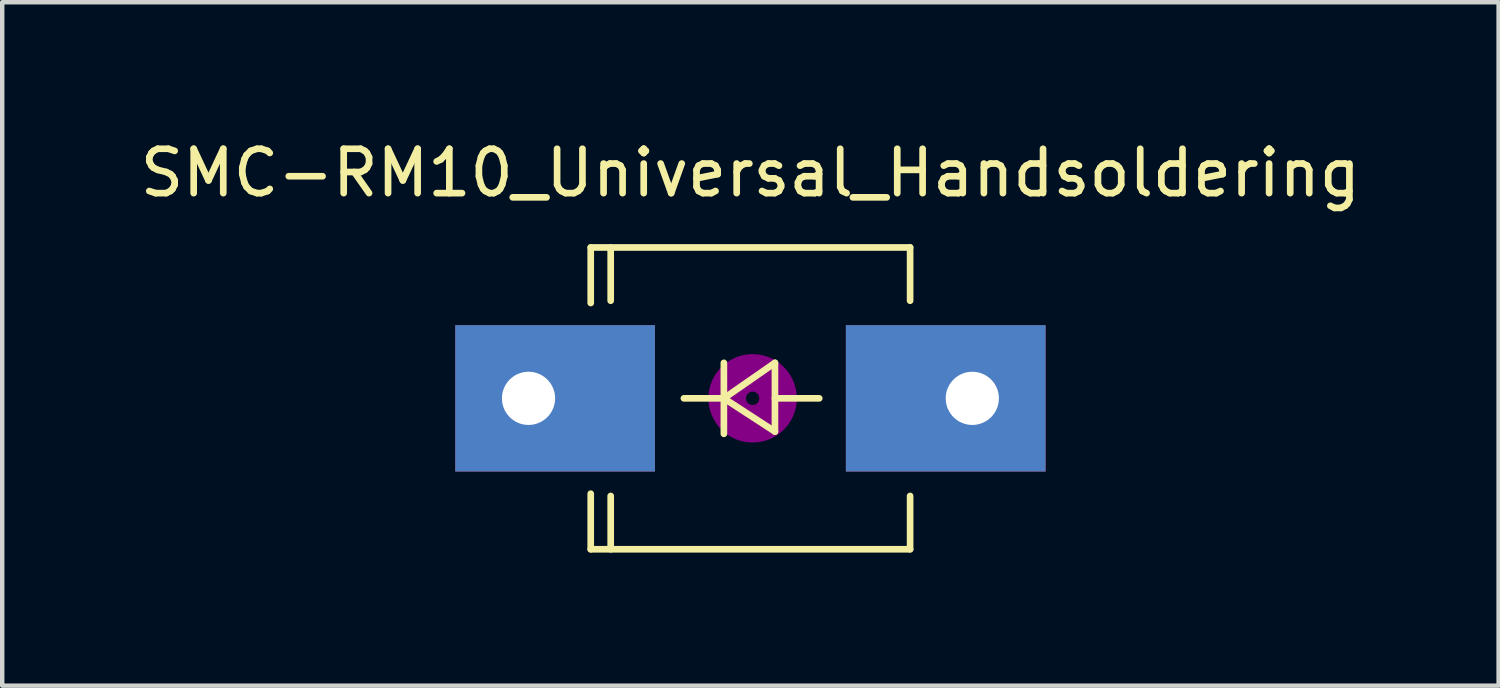
<source format=kicad_pcb>
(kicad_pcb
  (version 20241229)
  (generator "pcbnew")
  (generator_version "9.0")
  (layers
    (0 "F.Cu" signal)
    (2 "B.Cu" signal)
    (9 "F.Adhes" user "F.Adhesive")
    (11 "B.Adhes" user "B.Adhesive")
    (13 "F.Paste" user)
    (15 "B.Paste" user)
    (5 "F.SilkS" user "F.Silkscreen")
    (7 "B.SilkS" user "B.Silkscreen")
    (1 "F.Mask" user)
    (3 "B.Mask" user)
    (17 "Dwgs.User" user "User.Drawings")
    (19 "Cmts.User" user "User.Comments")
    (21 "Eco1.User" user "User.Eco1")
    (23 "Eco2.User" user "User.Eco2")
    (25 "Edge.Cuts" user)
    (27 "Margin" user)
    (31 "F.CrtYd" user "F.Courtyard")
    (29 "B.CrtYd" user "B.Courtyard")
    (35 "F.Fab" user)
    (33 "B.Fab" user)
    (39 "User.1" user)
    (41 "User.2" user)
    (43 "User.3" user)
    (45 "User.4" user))
  (footprint "SMC-RM10_Universal_Handsoldering"
    (layer "F.Cu")
    (at 13.863 5.928)
    (property "Reference" "SMC-RM10_Universal_Handsoldering" (at 0 -5.08 0) (layer "F.SilkS") (effects (font (size 1 1) (thickness 0.15))))
    (attr through_hole)
    (fp_line (start -3.599 -3.401) (end -3.599 -2.149) (stroke (width 0.15) (type solid)) (layer "F.SilkS"))
    (fp_line (start -3.599 -3.401) (end 3.599 -3.401) (stroke (width 0.15) (type solid)) (layer "F.SilkS"))
    (fp_line (start -3.599 3.401) (end -3.599 2.149) (stroke (width 0.15) (type solid)) (layer "F.SilkS"))
    (fp_line (start -3.599 3.401) (end 3.599 3.401) (stroke (width 0.15) (type solid)) (layer "F.SilkS"))
    (fp_line (start -3.149 -3.401) (end -3.149 -2.2) (stroke (width 0.15) (type solid)) (layer "F.SilkS"))
    (fp_line (start -3.149 3.401) (end -3.149 2.2) (stroke (width 0.15) (type solid)) (layer "F.SilkS"))
    (fp_line (start -0.598 -0.8) (end -0.598 0.8) (stroke (width 0.15) (type solid)) (layer "F.SilkS"))
    (fp_line (start -0.598 0) (end -1.499 0) (stroke (width 0.15) (type solid)) (layer "F.SilkS"))
    (fp_line (start -0.598 0) (end 0.553 -0.8) (stroke (width 0.15) (type solid)) (layer "F.SilkS"))
    (fp_line (start -0.598 0) (end 0.553 0.749) (stroke (width 0.15) (type solid)) (layer "F.SilkS"))
    (fp_line (start 0.553 0) (end 1.551 0) (stroke (width 0.15) (type solid)) (layer "F.SilkS"))
    (fp_line (start 0.553 0.749) (end 0.553 -0.8) (stroke (width 0.15) (type solid)) (layer "F.SilkS"))
    (fp_line (start 3.599 -3.401) (end 3.599 -2.2) (stroke (width 0.15) (type solid)) (layer "F.SilkS"))
    (fp_line (start 3.599 3.401) (end 3.599 2.2) (stroke (width 0.15) (type solid)) (layer "F.SilkS"))
    (fp_circle (center 0.05 0) (end -0.75 -0.099) (stroke (width 0.381) (type solid)) (fill no) (layer "F.Adhes"))
    (fp_circle (center 0.05 0) (end -0.45 0) (stroke (width 0.381) (type solid)) (fill no) (layer "F.Adhes"))
    (fp_circle (center 0.05 0) (end -0.1 0) (stroke (width 0.381) (type solid)) (fill no) (layer "F.Adhes"))
    (pad "1" thru_hole rect (at -5.001 0) (size 4.501 3.299) (drill 1.199 (offset 0.599 0)) (layers "*.Cu" "*.Mask"))
    (pad "2" thru_hole rect (at 5.001 0 180) (size 4.501 3.299) (drill 1.199 (offset 0.599 0)) (layers "*.Cu" "*.Mask")))
  (gr_rect
    (start -3 -3)
    (end 30.726 12.404)
    (stroke (width 0.1) (type default))
    (fill no)
    (layer "Edge.Cuts")))
</source>
